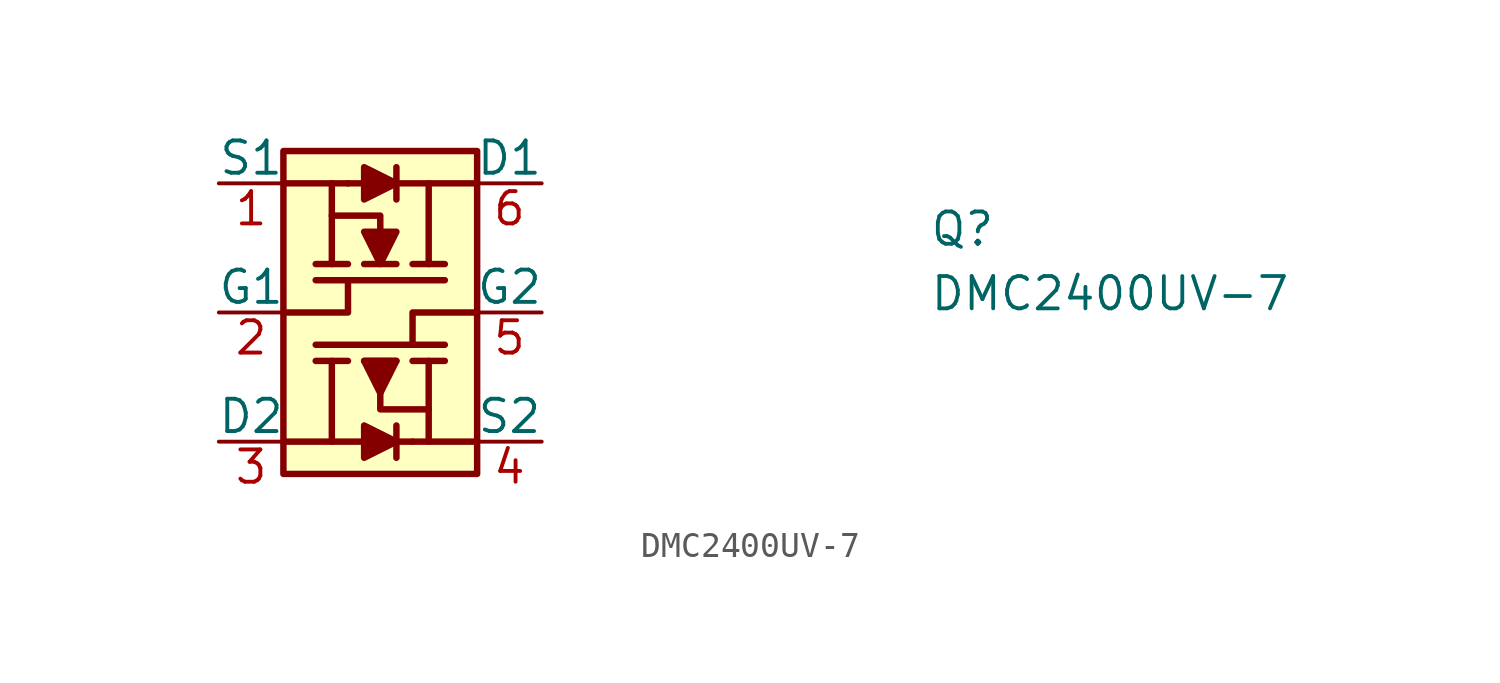
<source format=kicad_sym>
(kicad_symbol_lib
  (version 20211014)
  (generator kicad_symbol_editor)
  (symbol "DMC2400UV-7"
    (pin_names
      (offset 0))
    (property "Reference" "Q"
      (at 27.94 -2.54 0)
      (effects (font (size 1.27 1.27) (thickness 0.15)) (justify left bottom)))
    (property "Value" "DMC2400UV-7"
      (at 27.94 -5.08 0)
      (effects (font (size 1.27 1.27) (thickness 0.15)) (justify left bottom)))
    (symbol "DMC2400UV-7_1_1"
      (polyline (pts (xy 3.81 -6.35) (xy 8.89 -6.35)) (stroke (width 0.254) (type default) (color 0 0 0 0)) (fill (type background)))
      (polyline (pts (xy 4.445 -6.985) (xy 4.445 -10.16)) (stroke (width 0.254) (type default) (color 0 0 0 0)) (fill (type background)))
      (polyline (pts (xy 4.445 -1.27) (xy 4.445 0)) (stroke (width 0.254) (type default) (color 0 0 0 0)) (fill (type background)))
      (polyline (pts (xy 5.08 -6.985) (xy 3.81 -6.985)) (stroke (width 0.254) (type default) (color 0 0 0 0)) (fill (type background)))
      (polyline (pts (xy 5.08 -3.175) (xy 3.81 -3.175)) (stroke (width 0.254) (type default) (color 0 0 0 0)) (fill (type background)))
      (polyline (pts (xy 5.08 0) (xy 2.54 0)) (stroke (width 0.254) (type default) (color 0 0 0 0)) (fill (type background)))
      (polyline (pts (xy 5.08 0) (xy 10.16 0)) (stroke (width 0.254) (type default) (color 0 0 0 0)) (fill (type background)))
      (polyline (pts (xy 5.715 -3.175) (xy 6.985 -3.175)) (stroke (width 0.254) (type default) (color 0 0 0 0)) (fill (type background)))
      (polyline (pts (xy 6.985 -9.525) (xy 6.985 -10.795)) (stroke (width 0.254) (type default) (color 0 0 0 0)) (fill (type background)))
      (polyline (pts (xy 6.985 -6.985) (xy 5.715 -6.985)) (stroke (width 0.254) (type default) (color 0 0 0 0)) (fill (type background)))
      (polyline (pts (xy 6.985 -0.635) (xy 6.985 0.635)) (stroke (width 0.254) (type default) (color 0 0 0 0)) (fill (type background)))
      (polyline (pts (xy 7.62 -10.16) (xy 2.54 -10.16)) (stroke (width 0.254) (type default) (color 0 0 0 0)) (fill (type background)))
      (polyline (pts (xy 7.62 -10.16) (xy 10.16 -10.16)) (stroke (width 0.254) (type default) (color 0 0 0 0)) (fill (type background)))
      (polyline (pts (xy 7.62 -6.985) (xy 8.89 -6.985)) (stroke (width 0.254) (type default) (color 0 0 0 0)) (fill (type background)))
      (polyline (pts (xy 7.62 -3.175) (xy 8.89 -3.175)) (stroke (width 0.254) (type default) (color 0 0 0 0)) (fill (type background)))
      (polyline (pts (xy 8.255 -8.89) (xy 8.255 -10.16)) (stroke (width 0.254) (type default) (color 0 0 0 0)) (fill (type background)))
      (polyline (pts (xy 8.255 -3.175) (xy 8.255 0)) (stroke (width 0.254) (type default) (color 0 0 0 0)) (fill (type background)))
      (polyline (pts (xy 8.89 -3.81) (xy 3.81 -3.81)) (stroke (width 0.254) (type default) (color 0 0 0 0)) (fill (type background)))
      (polyline (pts (xy 2.54 -5.08) (xy 5.08 -5.08) (xy 5.08 -3.81)) (stroke (width 0.254) (type default) (color 0 0 0 0)) (fill (type background)))
      (polyline (pts (xy 10.16 -5.08) (xy 7.62 -5.08) (xy 7.62 -6.35)) (stroke (width 0.254) (type default) (color 0 0 0 0)) (fill (type background)))
      (polyline (pts (xy 5.715 -10.795) (xy 6.985 -10.16) (xy 5.715 -9.525) (xy 5.715 -10.795)) (stroke (width 0.254) (type default) (color 0 0 0 0)) (fill (type outline)))
      (polyline (pts (xy 5.715 -6.985) (xy 6.35 -8.255) (xy 6.985 -6.985) (xy 5.715 -6.985)) (stroke (width 0.254) (type default) (color 0 0 0 0)) (fill (type outline)))
      (polyline (pts (xy 5.715 -1.905) (xy 6.35 -3.175) (xy 6.985 -1.905) (xy 5.715 -1.905)) (stroke (width 0.254) (type default) (color 0 0 0 0)) (fill (type outline)))
      (polyline (pts (xy 5.715 -0.635) (xy 6.985 0) (xy 5.715 0.635) (xy 5.715 -0.635)) (stroke (width 0.254) (type default) (color 0 0 0 0)) (fill (type outline)))
      (polyline (pts (xy 6.35 -8.255) (xy 6.35 -8.89) (xy 8.255 -8.89) (xy 8.255 -6.985)) (stroke (width 0.254) (type default) (color 0 0 0 0)) (fill (type background)))
      (polyline (pts (xy 6.35 -1.905) (xy 6.35 -1.27) (xy 4.445 -1.27) (xy 4.445 -3.175)) (stroke (width 0.254) (type default) (color 0 0 0 0)) (fill (type background)))
      (polyline (pts (xy 2.54 1.27) (xy 10.16 1.27) (xy 10.16 -11.43) (xy 2.54 -11.43) (xy 2.54 1.27)) (stroke (width 0.254) (type default) (color 0 0 0 0)) (fill (type background)))
      (pin input line (at 0 0 0) (length 2.54) (name "S1" (effects (font (size 1.27 1.27)))) (number "1" (effects (font (size 1.27 1.27)))))
      (pin input line (at 0 -5.08 0) (length 2.54) (name "G1" (effects (font (size 1.27 1.27)))) (number "2" (effects (font (size 1.27 1.27)))))
      (pin output line (at 0 -10.16 0) (length 2.54) (name "D2" (effects (font (size 1.27 1.27)))) (number "3" (effects (font (size 1.27 1.27)))))
      (pin input line (at 12.7 -10.16 180) (length 2.54) (name "S2" (effects (font (size 1.27 1.27)))) (number "4" (effects (font (size 1.27 1.27)))))
      (pin input line (at 12.7 -5.08 180) (length 2.54) (name "G2" (effects (font (size 1.27 1.27)))) (number "5" (effects (font (size 1.27 1.27)))))
      (pin output line (at 12.7 0 180) (length 2.54) (name "D1" (effects (font (size 1.27 1.27)))) (number "6" (effects (font (size 1.27 1.27))))))))
</source>
